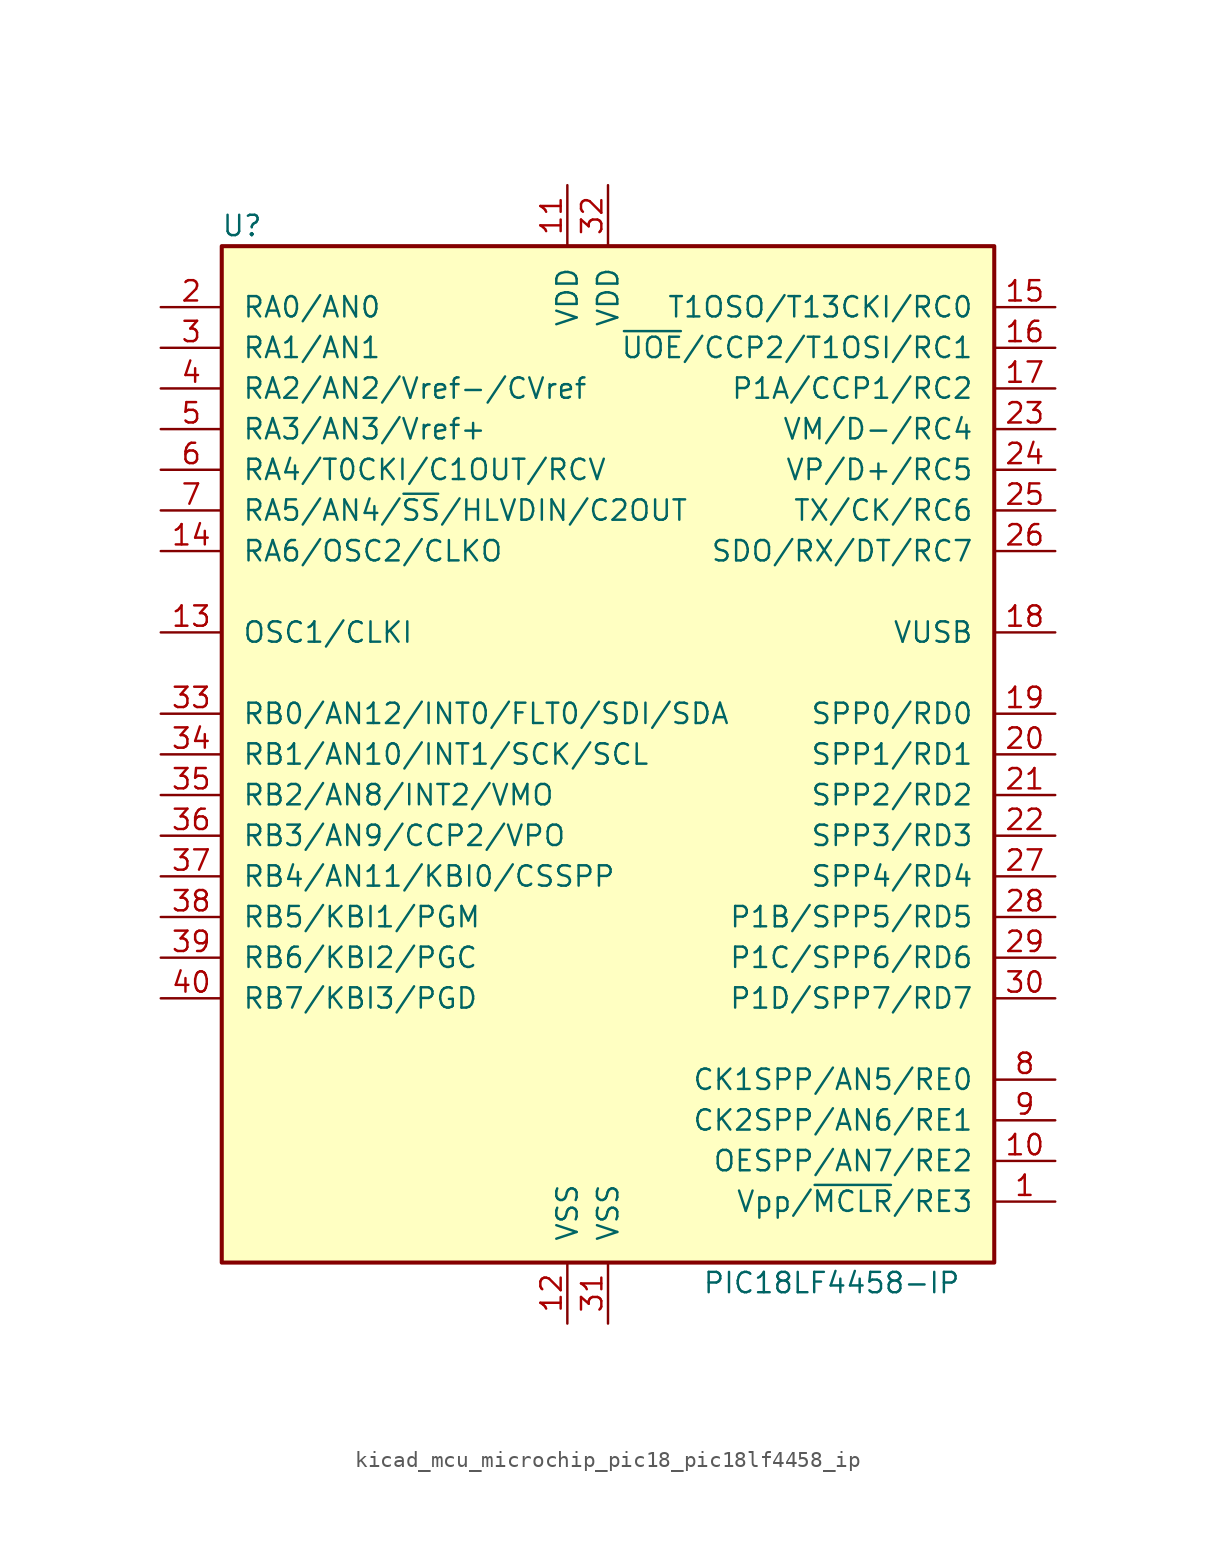
<source format=kicad_sym>
(kicad_symbol_lib
  (version 20220914)
  (generator kicad_symbol_editor)
  (symbol "kicad_mcu_microchip_pic18_pic18lf4458_ip"
    (pin_names
      (offset 1.27))
    (property "Reference" "U"
      (at -22.86 33.02 0)
      (effects (font (size 1.27 1.27))))
    (property "Value" "PIC18LF4458-IP"
      (at 13.97 -33.02 0)
      (effects (font (size 1.27 1.27))))
    (symbol "kicad_mcu_microchip_pic18_pic18lf4458_ip_0_1"
      (rectangle (start -24.13 31.75) (end 24.13 -31.75) (stroke (width 0.254) (type default)) (fill (type background))))
    (symbol "kicad_mcu_microchip_pic18_pic18lf4458_ip_1_1"
      (pin input line (at 27.94 -27.94 180) (length 3.81) (name "Vpp/~{MCLR}/RE3" (effects (font (size 1.27 1.27)))) (number "1" (effects (font (size 1.27 1.27)))))
      (pin bidirectional line (at 27.94 -25.4 180) (length 3.81) (name "OESPP/AN7/RE2" (effects (font (size 1.27 1.27)))) (number "10" (effects (font (size 1.27 1.27)))))
      (pin power_in line (at -2.54 35.56 270) (length 3.81) (name "VDD" (effects (font (size 1.27 1.27)))) (number "11" (effects (font (size 1.27 1.27)))))
      (pin power_in line (at -2.54 -35.56 90) (length 3.81) (name "VSS" (effects (font (size 1.27 1.27)))) (number "12" (effects (font (size 1.27 1.27)))))
      (pin input line (at -27.94 7.62 0) (length 3.81) (name "OSC1/CLKI" (effects (font (size 1.27 1.27)))) (number "13" (effects (font (size 1.27 1.27)))))
      (pin bidirectional line (at -27.94 12.7 0) (length 3.81) (name "RA6/OSC2/CLKO" (effects (font (size 1.27 1.27)))) (number "14" (effects (font (size 1.27 1.27)))))
      (pin bidirectional line (at 27.94 27.94 180) (length 3.81) (name "T1OSO/T13CKI/RC0" (effects (font (size 1.27 1.27)))) (number "15" (effects (font (size 1.27 1.27)))))
      (pin bidirectional line (at 27.94 25.4 180) (length 3.81) (name "~{UOE}/CCP2/T1OSI/RC1" (effects (font (size 1.27 1.27)))) (number "16" (effects (font (size 1.27 1.27)))))
      (pin bidirectional line (at 27.94 22.86 180) (length 3.81) (name "P1A/CCP1/RC2" (effects (font (size 1.27 1.27)))) (number "17" (effects (font (size 1.27 1.27)))))
      (pin bidirectional line (at 27.94 7.62 180) (length 3.81) (name "VUSB" (effects (font (size 1.27 1.27)))) (number "18" (effects (font (size 1.27 1.27)))))
      (pin bidirectional line (at 27.94 2.54 180) (length 3.81) (name "SPP0/RD0" (effects (font (size 1.27 1.27)))) (number "19" (effects (font (size 1.27 1.27)))))
      (pin bidirectional line (at -27.94 27.94 0) (length 3.81) (name "RA0/AN0" (effects (font (size 1.27 1.27)))) (number "2" (effects (font (size 1.27 1.27)))))
      (pin bidirectional line (at 27.94 0 180) (length 3.81) (name "SPP1/RD1" (effects (font (size 1.27 1.27)))) (number "20" (effects (font (size 1.27 1.27)))))
      (pin bidirectional line (at 27.94 -2.54 180) (length 3.81) (name "SPP2/RD2" (effects (font (size 1.27 1.27)))) (number "21" (effects (font (size 1.27 1.27)))))
      (pin bidirectional line (at 27.94 -5.08 180) (length 3.81) (name "SPP3/RD3" (effects (font (size 1.27 1.27)))) (number "22" (effects (font (size 1.27 1.27)))))
      (pin bidirectional line (at 27.94 20.32 180) (length 3.81) (name "VM/D-/RC4" (effects (font (size 1.27 1.27)))) (number "23" (effects (font (size 1.27 1.27)))))
      (pin bidirectional line (at 27.94 17.78 180) (length 3.81) (name "VP/D+/RC5" (effects (font (size 1.27 1.27)))) (number "24" (effects (font (size 1.27 1.27)))))
      (pin bidirectional line (at 27.94 15.24 180) (length 3.81) (name "TX/CK/RC6" (effects (font (size 1.27 1.27)))) (number "25" (effects (font (size 1.27 1.27)))))
      (pin bidirectional line (at 27.94 12.7 180) (length 3.81) (name "SDO/RX/DT/RC7" (effects (font (size 1.27 1.27)))) (number "26" (effects (font (size 1.27 1.27)))))
      (pin bidirectional line (at 27.94 -7.62 180) (length 3.81) (name "SPP4/RD4" (effects (font (size 1.27 1.27)))) (number "27" (effects (font (size 1.27 1.27)))))
      (pin bidirectional line (at 27.94 -10.16 180) (length 3.81) (name "P1B/SPP5/RD5" (effects (font (size 1.27 1.27)))) (number "28" (effects (font (size 1.27 1.27)))))
      (pin bidirectional line (at 27.94 -12.7 180) (length 3.81) (name "P1C/SPP6/RD6" (effects (font (size 1.27 1.27)))) (number "29" (effects (font (size 1.27 1.27)))))
      (pin bidirectional line (at -27.94 25.4 0) (length 3.81) (name "RA1/AN1" (effects (font (size 1.27 1.27)))) (number "3" (effects (font (size 1.27 1.27)))))
      (pin bidirectional line (at 27.94 -15.24 180) (length 3.81) (name "P1D/SPP7/RD7" (effects (font (size 1.27 1.27)))) (number "30" (effects (font (size 1.27 1.27)))))
      (pin power_in line (at 0 -35.56 90) (length 3.81) (name "VSS" (effects (font (size 1.27 1.27)))) (number "31" (effects (font (size 1.27 1.27)))))
      (pin power_in line (at 0 35.56 270) (length 3.81) (name "VDD" (effects (font (size 1.27 1.27)))) (number "32" (effects (font (size 1.27 1.27)))))
      (pin bidirectional line (at -27.94 2.54 0) (length 3.81) (name "RB0/AN12/INT0/FLT0/SDI/SDA" (effects (font (size 1.27 1.27)))) (number "33" (effects (font (size 1.27 1.27)))))
      (pin bidirectional line (at -27.94 0 0) (length 3.81) (name "RB1/AN10/INT1/SCK/SCL" (effects (font (size 1.27 1.27)))) (number "34" (effects (font (size 1.27 1.27)))))
      (pin bidirectional line (at -27.94 -2.54 0) (length 3.81) (name "RB2/AN8/INT2/VMO" (effects (font (size 1.27 1.27)))) (number "35" (effects (font (size 1.27 1.27)))))
      (pin bidirectional line (at -27.94 -5.08 0) (length 3.81) (name "RB3/AN9/CCP2/VPO" (effects (font (size 1.27 1.27)))) (number "36" (effects (font (size 1.27 1.27)))))
      (pin bidirectional line (at -27.94 -7.62 0) (length 3.81) (name "RB4/AN11/KBI0/CSSPP" (effects (font (size 1.27 1.27)))) (number "37" (effects (font (size 1.27 1.27)))))
      (pin bidirectional line (at -27.94 -10.16 0) (length 3.81) (name "RB5/KBI1/PGM" (effects (font (size 1.27 1.27)))) (number "38" (effects (font (size 1.27 1.27)))))
      (pin bidirectional line (at -27.94 -12.7 0) (length 3.81) (name "RB6/KBI2/PGC" (effects (font (size 1.27 1.27)))) (number "39" (effects (font (size 1.27 1.27)))))
      (pin bidirectional line (at -27.94 22.86 0) (length 3.81) (name "RA2/AN2/Vref-/CVref" (effects (font (size 1.27 1.27)))) (number "4" (effects (font (size 1.27 1.27)))))
      (pin bidirectional line (at -27.94 -15.24 0) (length 3.81) (name "RB7/KBI3/PGD" (effects (font (size 1.27 1.27)))) (number "40" (effects (font (size 1.27 1.27)))))
      (pin bidirectional line (at -27.94 20.32 0) (length 3.81) (name "RA3/AN3/Vref+" (effects (font (size 1.27 1.27)))) (number "5" (effects (font (size 1.27 1.27)))))
      (pin bidirectional line (at -27.94 17.78 0) (length 3.81) (name "RA4/T0CKI/C1OUT/RCV" (effects (font (size 1.27 1.27)))) (number "6" (effects (font (size 1.27 1.27)))))
      (pin bidirectional line (at -27.94 15.24 0) (length 3.81) (name "RA5/AN4/~{SS}/HLVDIN/C2OUT" (effects (font (size 1.27 1.27)))) (number "7" (effects (font (size 1.27 1.27)))))
      (pin bidirectional line (at 27.94 -20.32 180) (length 3.81) (name "CK1SPP/AN5/RE0" (effects (font (size 1.27 1.27)))) (number "8" (effects (font (size 1.27 1.27)))))
      (pin bidirectional line (at 27.94 -22.86 180) (length 3.81) (name "CK2SPP/AN6/RE1" (effects (font (size 1.27 1.27)))) (number "9" (effects (font (size 1.27 1.27))))))))
</source>
